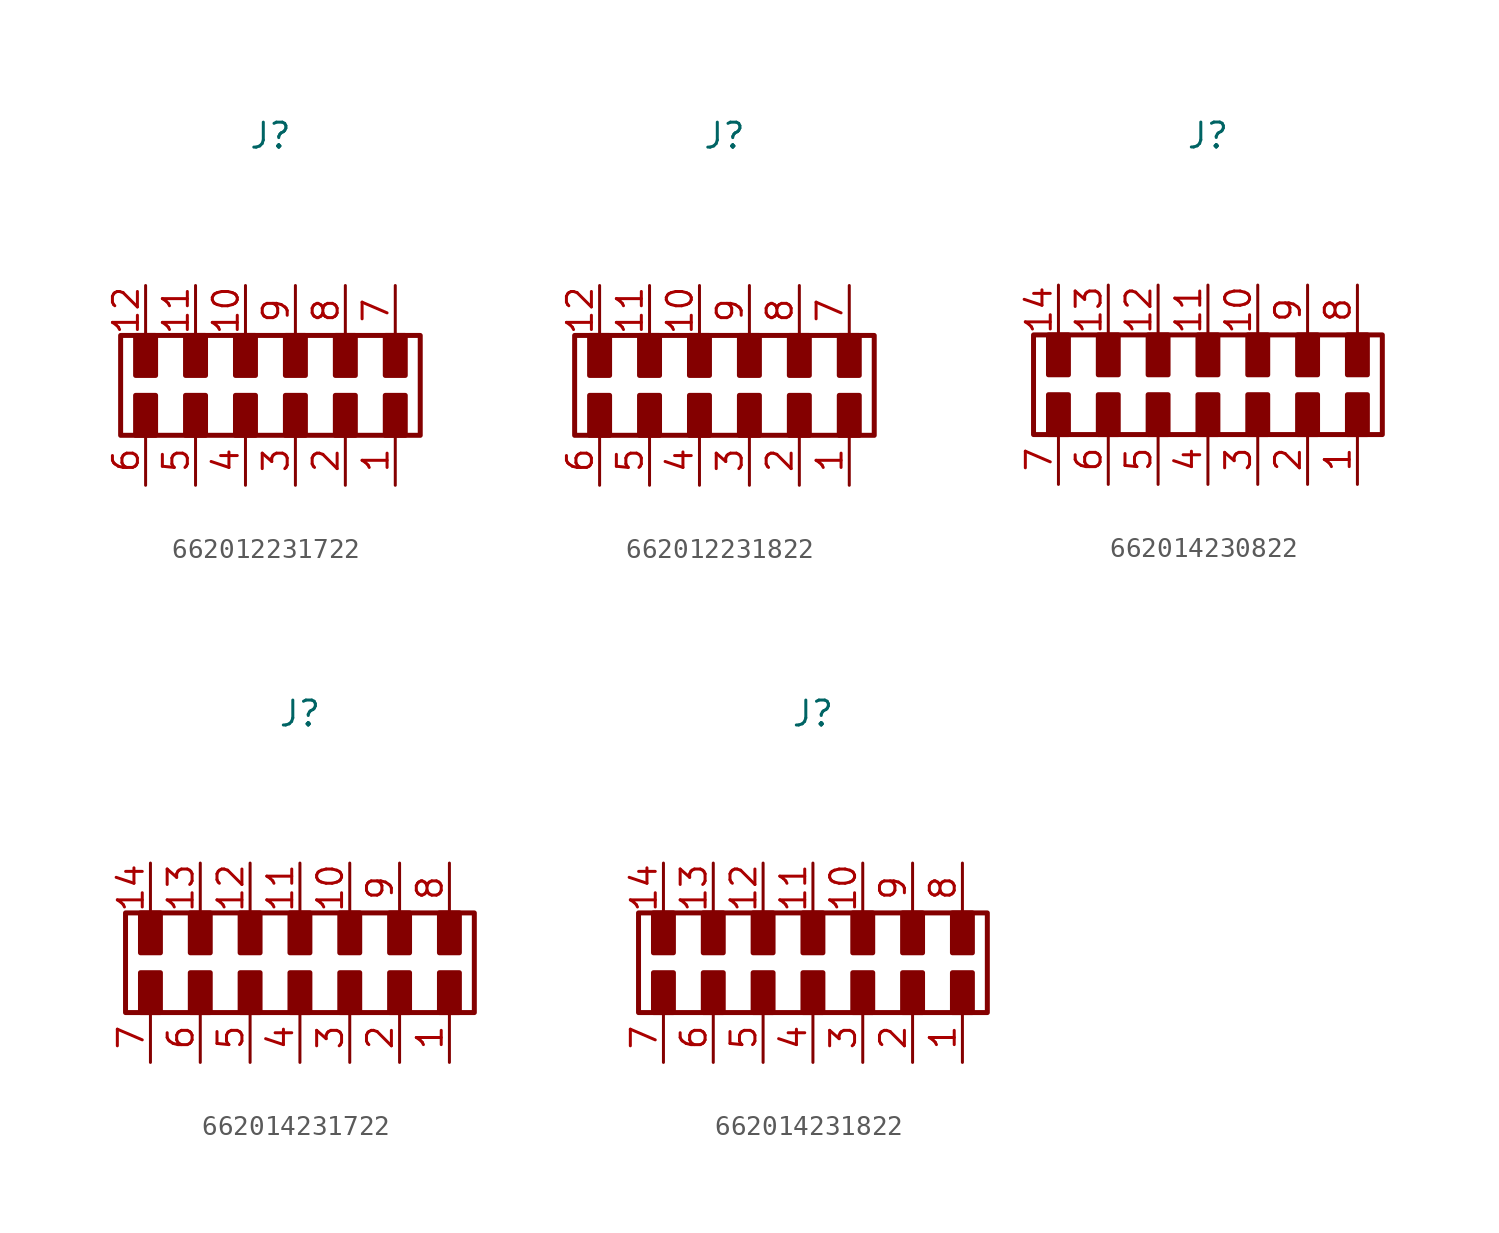
<source format=kicad_sym>
(kicad_symbol_lib
  (version 20241209)
  (generator "kicad_symbol_editor")
  (generator_version "9.0")
  (symbol "662012231722"
    (pin_names
      (hide yes))
    (property "Reference" "J"
      (at 0 12.7 0)
      (effects (font (size 1.27 1.27))))
    (symbol "662012231722_1_1"
      (rectangle (start -7.62 2.54) (end 7.62 -2.54) (stroke (width 0.254) (type solid)) (fill (type none)))
      (rectangle (start -6.858 2.54) (end -5.842 0.508) (stroke (width 0.254) (type solid)) (fill (type outline)))
      (rectangle (start -6.858 -0.508) (end -5.842 -2.54) (stroke (width 0.254) (type solid)) (fill (type outline)))
      (rectangle (start -4.318 2.54) (end -3.302 0.508) (stroke (width 0.254) (type solid)) (fill (type outline)))
      (rectangle (start -4.318 -0.508) (end -3.302 -2.54) (stroke (width 0.254) (type solid)) (fill (type outline)))
      (rectangle (start -1.778 2.54) (end -0.762 0.508) (stroke (width 0.254) (type solid)) (fill (type outline)))
      (rectangle (start -1.778 -0.508) (end -0.762 -2.54) (stroke (width 0.254) (type solid)) (fill (type outline)))
      (rectangle (start 0.762 2.54) (end 1.778 0.508) (stroke (width 0.254) (type solid)) (fill (type outline)))
      (rectangle (start 0.762 -0.508) (end 1.778 -2.54) (stroke (width 0.254) (type solid)) (fill (type outline)))
      (rectangle (start 3.302 2.54) (end 4.318 0.508) (stroke (width 0.254) (type solid)) (fill (type outline)))
      (rectangle (start 3.302 -0.508) (end 4.318 -2.54) (stroke (width 0.254) (type solid)) (fill (type outline)))
      (rectangle (start 5.842 2.54) (end 6.858 0.508) (stroke (width 0.254) (type solid)) (fill (type outline)))
      (rectangle (start 5.842 -0.508) (end 6.858 -2.54) (stroke (width 0.254) (type solid)) (fill (type outline)))
      (pin passive line (at -6.35 5.08 270) (length 2.54) (name "12" (effects (font (size 1.27 1.27)))) (number "12" (effects (font (size 1.27 1.27)))))
      (pin passive line (at -6.35 -5.08 90) (length 2.54) (name "6" (effects (font (size 1.27 1.27)))) (number "6" (effects (font (size 1.27 1.27)))))
      (pin passive line (at -3.81 5.08 270) (length 2.54) (name "11" (effects (font (size 1.27 1.27)))) (number "11" (effects (font (size 1.27 1.27)))))
      (pin passive line (at -3.81 -5.08 90) (length 2.54) (name "5" (effects (font (size 1.27 1.27)))) (number "5" (effects (font (size 1.27 1.27)))))
      (pin passive line (at -1.27 5.08 270) (length 2.54) (name "10" (effects (font (size 1.27 1.27)))) (number "10" (effects (font (size 1.27 1.27)))))
      (pin passive line (at -1.27 -5.08 90) (length 2.54) (name "4" (effects (font (size 1.27 1.27)))) (number "4" (effects (font (size 1.27 1.27)))))
      (pin passive line (at 1.27 5.08 270) (length 2.54) (name "9" (effects (font (size 1.27 1.27)))) (number "9" (effects (font (size 1.27 1.27)))))
      (pin passive line (at 1.27 -5.08 90) (length 2.54) (name "3" (effects (font (size 1.27 1.27)))) (number "3" (effects (font (size 1.27 1.27)))))
      (pin passive line (at 3.81 5.08 270) (length 2.54) (name "8" (effects (font (size 1.27 1.27)))) (number "8" (effects (font (size 1.27 1.27)))))
      (pin passive line (at 3.81 -5.08 90) (length 2.54) (name "2" (effects (font (size 1.27 1.27)))) (number "2" (effects (font (size 1.27 1.27)))))
      (pin passive line (at 6.35 5.08 270) (length 2.54) (name "7" (effects (font (size 1.27 1.27)))) (number "7" (effects (font (size 1.27 1.27)))))
      (pin passive line (at 6.35 -5.08 90) (length 2.54) (name "1" (effects (font (size 1.27 1.27)))) (number "1" (effects (font (size 1.27 1.27)))))))
  (symbol "662012231822"
    (pin_names
      (hide yes))
    (property "Reference" "J"
      (at 0 12.7 0)
      (effects (font (size 1.27 1.27))))
    (symbol "662012231822_1_1"
      (rectangle (start -7.62 2.54) (end 7.62 -2.54) (stroke (width 0.254) (type solid)) (fill (type none)))
      (rectangle (start -6.858 2.54) (end -5.842 0.508) (stroke (width 0.254) (type solid)) (fill (type outline)))
      (rectangle (start -6.858 -0.508) (end -5.842 -2.54) (stroke (width 0.254) (type solid)) (fill (type outline)))
      (rectangle (start -4.318 2.54) (end -3.302 0.508) (stroke (width 0.254) (type solid)) (fill (type outline)))
      (rectangle (start -4.318 -0.508) (end -3.302 -2.54) (stroke (width 0.254) (type solid)) (fill (type outline)))
      (rectangle (start -1.778 2.54) (end -0.762 0.508) (stroke (width 0.254) (type solid)) (fill (type outline)))
      (rectangle (start -1.778 -0.508) (end -0.762 -2.54) (stroke (width 0.254) (type solid)) (fill (type outline)))
      (rectangle (start 0.762 2.54) (end 1.778 0.508) (stroke (width 0.254) (type solid)) (fill (type outline)))
      (rectangle (start 0.762 -0.508) (end 1.778 -2.54) (stroke (width 0.254) (type solid)) (fill (type outline)))
      (rectangle (start 3.302 2.54) (end 4.318 0.508) (stroke (width 0.254) (type solid)) (fill (type outline)))
      (rectangle (start 3.302 -0.508) (end 4.318 -2.54) (stroke (width 0.254) (type solid)) (fill (type outline)))
      (rectangle (start 5.842 2.54) (end 6.858 0.508) (stroke (width 0.254) (type solid)) (fill (type outline)))
      (rectangle (start 5.842 -0.508) (end 6.858 -2.54) (stroke (width 0.254) (type solid)) (fill (type outline)))
      (pin passive line (at -6.35 5.08 270) (length 2.54) (name "12" (effects (font (size 1.27 1.27)))) (number "12" (effects (font (size 1.27 1.27)))))
      (pin passive line (at -6.35 -5.08 90) (length 2.54) (name "6" (effects (font (size 1.27 1.27)))) (number "6" (effects (font (size 1.27 1.27)))))
      (pin passive line (at -3.81 5.08 270) (length 2.54) (name "11" (effects (font (size 1.27 1.27)))) (number "11" (effects (font (size 1.27 1.27)))))
      (pin passive line (at -3.81 -5.08 90) (length 2.54) (name "5" (effects (font (size 1.27 1.27)))) (number "5" (effects (font (size 1.27 1.27)))))
      (pin passive line (at -1.27 5.08 270) (length 2.54) (name "10" (effects (font (size 1.27 1.27)))) (number "10" (effects (font (size 1.27 1.27)))))
      (pin passive line (at -1.27 -5.08 90) (length 2.54) (name "4" (effects (font (size 1.27 1.27)))) (number "4" (effects (font (size 1.27 1.27)))))
      (pin passive line (at 1.27 5.08 270) (length 2.54) (name "9" (effects (font (size 1.27 1.27)))) (number "9" (effects (font (size 1.27 1.27)))))
      (pin passive line (at 1.27 -5.08 90) (length 2.54) (name "3" (effects (font (size 1.27 1.27)))) (number "3" (effects (font (size 1.27 1.27)))))
      (pin passive line (at 3.81 5.08 270) (length 2.54) (name "8" (effects (font (size 1.27 1.27)))) (number "8" (effects (font (size 1.27 1.27)))))
      (pin passive line (at 3.81 -5.08 90) (length 2.54) (name "2" (effects (font (size 1.27 1.27)))) (number "2" (effects (font (size 1.27 1.27)))))
      (pin passive line (at 6.35 5.08 270) (length 2.54) (name "7" (effects (font (size 1.27 1.27)))) (number "7" (effects (font (size 1.27 1.27)))))
      (pin passive line (at 6.35 -5.08 90) (length 2.54) (name "1" (effects (font (size 1.27 1.27)))) (number "1" (effects (font (size 1.27 1.27)))))))
  (symbol "662014230822"
    (pin_names
      (hide yes))
    (property "Reference" "J"
      (at 0 12.7 0)
      (effects (font (size 1.27 1.27))))
    (symbol "662014230822_1_1"
      (rectangle (start -8.89 2.54) (end 8.89 -2.54) (stroke (width 0.254) (type solid)) (fill (type none)))
      (rectangle (start -8.128 2.54) (end -7.112 0.508) (stroke (width 0.254) (type solid)) (fill (type outline)))
      (rectangle (start -8.128 -0.508) (end -7.112 -2.54) (stroke (width 0.254) (type solid)) (fill (type outline)))
      (rectangle (start -5.588 2.54) (end -4.572 0.508) (stroke (width 0.254) (type solid)) (fill (type outline)))
      (rectangle (start -5.588 -0.508) (end -4.572 -2.54) (stroke (width 0.254) (type solid)) (fill (type outline)))
      (rectangle (start -3.048 2.54) (end -2.032 0.508) (stroke (width 0.254) (type solid)) (fill (type outline)))
      (rectangle (start -3.048 -0.508) (end -2.032 -2.54) (stroke (width 0.254) (type solid)) (fill (type outline)))
      (rectangle (start -0.508 2.54) (end 0.508 0.508) (stroke (width 0.254) (type solid)) (fill (type outline)))
      (rectangle (start -0.508 -0.508) (end 0.508 -2.54) (stroke (width 0.254) (type solid)) (fill (type outline)))
      (rectangle (start 2.032 2.54) (end 3.048 0.508) (stroke (width 0.254) (type solid)) (fill (type outline)))
      (rectangle (start 2.032 -0.508) (end 3.048 -2.54) (stroke (width 0.254) (type solid)) (fill (type outline)))
      (rectangle (start 4.572 2.54) (end 5.588 0.508) (stroke (width 0.254) (type solid)) (fill (type outline)))
      (rectangle (start 4.572 -0.508) (end 5.588 -2.54) (stroke (width 0.254) (type solid)) (fill (type outline)))
      (rectangle (start 7.112 2.54) (end 8.128 0.508) (stroke (width 0.254) (type solid)) (fill (type outline)))
      (rectangle (start 7.112 -0.508) (end 8.128 -2.54) (stroke (width 0.254) (type solid)) (fill (type outline)))
      (pin passive line (at -7.62 5.08 270) (length 2.54) (name "14" (effects (font (size 1.27 1.27)))) (number "14" (effects (font (size 1.27 1.27)))))
      (pin passive line (at -7.62 -5.08 90) (length 2.54) (name "7" (effects (font (size 1.27 1.27)))) (number "7" (effects (font (size 1.27 1.27)))))
      (pin passive line (at -5.08 5.08 270) (length 2.54) (name "13" (effects (font (size 1.27 1.27)))) (number "13" (effects (font (size 1.27 1.27)))))
      (pin passive line (at -5.08 -5.08 90) (length 2.54) (name "6" (effects (font (size 1.27 1.27)))) (number "6" (effects (font (size 1.27 1.27)))))
      (pin passive line (at -2.54 5.08 270) (length 2.54) (name "12" (effects (font (size 1.27 1.27)))) (number "12" (effects (font (size 1.27 1.27)))))
      (pin passive line (at -2.54 -5.08 90) (length 2.54) (name "5" (effects (font (size 1.27 1.27)))) (number "5" (effects (font (size 1.27 1.27)))))
      (pin passive line (at 0 5.08 270) (length 2.54) (name "11" (effects (font (size 1.27 1.27)))) (number "11" (effects (font (size 1.27 1.27)))))
      (pin passive line (at 0 -5.08 90) (length 2.54) (name "4" (effects (font (size 1.27 1.27)))) (number "4" (effects (font (size 1.27 1.27)))))
      (pin passive line (at 2.54 5.08 270) (length 2.54) (name "10" (effects (font (size 1.27 1.27)))) (number "10" (effects (font (size 1.27 1.27)))))
      (pin passive line (at 2.54 -5.08 90) (length 2.54) (name "3" (effects (font (size 1.27 1.27)))) (number "3" (effects (font (size 1.27 1.27)))))
      (pin passive line (at 5.08 5.08 270) (length 2.54) (name "9" (effects (font (size 1.27 1.27)))) (number "9" (effects (font (size 1.27 1.27)))))
      (pin passive line (at 5.08 -5.08 90) (length 2.54) (name "2" (effects (font (size 1.27 1.27)))) (number "2" (effects (font (size 1.27 1.27)))))
      (pin passive line (at 7.62 5.08 270) (length 2.54) (name "8" (effects (font (size 1.27 1.27)))) (number "8" (effects (font (size 1.27 1.27)))))
      (pin passive line (at 7.62 -5.08 90) (length 2.54) (name "1" (effects (font (size 1.27 1.27)))) (number "1" (effects (font (size 1.27 1.27)))))))
  (symbol "662014231722"
    (pin_names
      (hide yes))
    (property "Reference" "J"
      (at 0 12.7 0)
      (effects (font (size 1.27 1.27))))
    (symbol "662014231722_1_1"
      (rectangle (start -8.89 2.54) (end 8.89 -2.54) (stroke (width 0.254) (type solid)) (fill (type none)))
      (rectangle (start -8.128 2.54) (end -7.112 0.508) (stroke (width 0.254) (type solid)) (fill (type outline)))
      (rectangle (start -8.128 -0.508) (end -7.112 -2.54) (stroke (width 0.254) (type solid)) (fill (type outline)))
      (rectangle (start -5.588 2.54) (end -4.572 0.508) (stroke (width 0.254) (type solid)) (fill (type outline)))
      (rectangle (start -5.588 -0.508) (end -4.572 -2.54) (stroke (width 0.254) (type solid)) (fill (type outline)))
      (rectangle (start -3.048 2.54) (end -2.032 0.508) (stroke (width 0.254) (type solid)) (fill (type outline)))
      (rectangle (start -3.048 -0.508) (end -2.032 -2.54) (stroke (width 0.254) (type solid)) (fill (type outline)))
      (rectangle (start -0.508 2.54) (end 0.508 0.508) (stroke (width 0.254) (type solid)) (fill (type outline)))
      (rectangle (start -0.508 -0.508) (end 0.508 -2.54) (stroke (width 0.254) (type solid)) (fill (type outline)))
      (rectangle (start 2.032 2.54) (end 3.048 0.508) (stroke (width 0.254) (type solid)) (fill (type outline)))
      (rectangle (start 2.032 -0.508) (end 3.048 -2.54) (stroke (width 0.254) (type solid)) (fill (type outline)))
      (rectangle (start 4.572 2.54) (end 5.588 0.508) (stroke (width 0.254) (type solid)) (fill (type outline)))
      (rectangle (start 4.572 -0.508) (end 5.588 -2.54) (stroke (width 0.254) (type solid)) (fill (type outline)))
      (rectangle (start 7.112 2.54) (end 8.128 0.508) (stroke (width 0.254) (type solid)) (fill (type outline)))
      (rectangle (start 7.112 -0.508) (end 8.128 -2.54) (stroke (width 0.254) (type solid)) (fill (type outline)))
      (pin passive line (at -7.62 5.08 270) (length 2.54) (name "14" (effects (font (size 1.27 1.27)))) (number "14" (effects (font (size 1.27 1.27)))))
      (pin passive line (at -7.62 -5.08 90) (length 2.54) (name "7" (effects (font (size 1.27 1.27)))) (number "7" (effects (font (size 1.27 1.27)))))
      (pin passive line (at -5.08 5.08 270) (length 2.54) (name "13" (effects (font (size 1.27 1.27)))) (number "13" (effects (font (size 1.27 1.27)))))
      (pin passive line (at -5.08 -5.08 90) (length 2.54) (name "6" (effects (font (size 1.27 1.27)))) (number "6" (effects (font (size 1.27 1.27)))))
      (pin passive line (at -2.54 5.08 270) (length 2.54) (name "12" (effects (font (size 1.27 1.27)))) (number "12" (effects (font (size 1.27 1.27)))))
      (pin passive line (at -2.54 -5.08 90) (length 2.54) (name "5" (effects (font (size 1.27 1.27)))) (number "5" (effects (font (size 1.27 1.27)))))
      (pin passive line (at 0 5.08 270) (length 2.54) (name "11" (effects (font (size 1.27 1.27)))) (number "11" (effects (font (size 1.27 1.27)))))
      (pin passive line (at 0 -5.08 90) (length 2.54) (name "4" (effects (font (size 1.27 1.27)))) (number "4" (effects (font (size 1.27 1.27)))))
      (pin passive line (at 2.54 5.08 270) (length 2.54) (name "10" (effects (font (size 1.27 1.27)))) (number "10" (effects (font (size 1.27 1.27)))))
      (pin passive line (at 2.54 -5.08 90) (length 2.54) (name "3" (effects (font (size 1.27 1.27)))) (number "3" (effects (font (size 1.27 1.27)))))
      (pin passive line (at 5.08 5.08 270) (length 2.54) (name "9" (effects (font (size 1.27 1.27)))) (number "9" (effects (font (size 1.27 1.27)))))
      (pin passive line (at 5.08 -5.08 90) (length 2.54) (name "2" (effects (font (size 1.27 1.27)))) (number "2" (effects (font (size 1.27 1.27)))))
      (pin passive line (at 7.62 5.08 270) (length 2.54) (name "8" (effects (font (size 1.27 1.27)))) (number "8" (effects (font (size 1.27 1.27)))))
      (pin passive line (at 7.62 -5.08 90) (length 2.54) (name "1" (effects (font (size 1.27 1.27)))) (number "1" (effects (font (size 1.27 1.27)))))))
  (symbol "662014231822"
    (pin_names
      (hide yes))
    (property "Reference" "J"
      (at 0 12.7 0)
      (effects (font (size 1.27 1.27))))
    (symbol "662014231822_1_1"
      (rectangle (start -8.89 2.54) (end 8.89 -2.54) (stroke (width 0.254) (type solid)) (fill (type none)))
      (rectangle (start -8.128 2.54) (end -7.112 0.508) (stroke (width 0.254) (type solid)) (fill (type outline)))
      (rectangle (start -8.128 -0.508) (end -7.112 -2.54) (stroke (width 0.254) (type solid)) (fill (type outline)))
      (rectangle (start -5.588 2.54) (end -4.572 0.508) (stroke (width 0.254) (type solid)) (fill (type outline)))
      (rectangle (start -5.588 -0.508) (end -4.572 -2.54) (stroke (width 0.254) (type solid)) (fill (type outline)))
      (rectangle (start -3.048 2.54) (end -2.032 0.508) (stroke (width 0.254) (type solid)) (fill (type outline)))
      (rectangle (start -3.048 -0.508) (end -2.032 -2.54) (stroke (width 0.254) (type solid)) (fill (type outline)))
      (rectangle (start -0.508 2.54) (end 0.508 0.508) (stroke (width 0.254) (type solid)) (fill (type outline)))
      (rectangle (start -0.508 -0.508) (end 0.508 -2.54) (stroke (width 0.254) (type solid)) (fill (type outline)))
      (rectangle (start 2.032 2.54) (end 3.048 0.508) (stroke (width 0.254) (type solid)) (fill (type outline)))
      (rectangle (start 2.032 -0.508) (end 3.048 -2.54) (stroke (width 0.254) (type solid)) (fill (type outline)))
      (rectangle (start 4.572 2.54) (end 5.588 0.508) (stroke (width 0.254) (type solid)) (fill (type outline)))
      (rectangle (start 4.572 -0.508) (end 5.588 -2.54) (stroke (width 0.254) (type solid)) (fill (type outline)))
      (rectangle (start 7.112 2.54) (end 8.128 0.508) (stroke (width 0.254) (type solid)) (fill (type outline)))
      (rectangle (start 7.112 -0.508) (end 8.128 -2.54) (stroke (width 0.254) (type solid)) (fill (type outline)))
      (pin passive line (at -7.62 5.08 270) (length 2.54) (name "14" (effects (font (size 1.27 1.27)))) (number "14" (effects (font (size 1.27 1.27)))))
      (pin passive line (at -7.62 -5.08 90) (length 2.54) (name "7" (effects (font (size 1.27 1.27)))) (number "7" (effects (font (size 1.27 1.27)))))
      (pin passive line (at -5.08 5.08 270) (length 2.54) (name "13" (effects (font (size 1.27 1.27)))) (number "13" (effects (font (size 1.27 1.27)))))
      (pin passive line (at -5.08 -5.08 90) (length 2.54) (name "6" (effects (font (size 1.27 1.27)))) (number "6" (effects (font (size 1.27 1.27)))))
      (pin passive line (at -2.54 5.08 270) (length 2.54) (name "12" (effects (font (size 1.27 1.27)))) (number "12" (effects (font (size 1.27 1.27)))))
      (pin passive line (at -2.54 -5.08 90) (length 2.54) (name "5" (effects (font (size 1.27 1.27)))) (number "5" (effects (font (size 1.27 1.27)))))
      (pin passive line (at 0 5.08 270) (length 2.54) (name "11" (effects (font (size 1.27 1.27)))) (number "11" (effects (font (size 1.27 1.27)))))
      (pin passive line (at 0 -5.08 90) (length 2.54) (name "4" (effects (font (size 1.27 1.27)))) (number "4" (effects (font (size 1.27 1.27)))))
      (pin passive line (at 2.54 5.08 270) (length 2.54) (name "10" (effects (font (size 1.27 1.27)))) (number "10" (effects (font (size 1.27 1.27)))))
      (pin passive line (at 2.54 -5.08 90) (length 2.54) (name "3" (effects (font (size 1.27 1.27)))) (number "3" (effects (font (size 1.27 1.27)))))
      (pin passive line (at 5.08 5.08 270) (length 2.54) (name "9" (effects (font (size 1.27 1.27)))) (number "9" (effects (font (size 1.27 1.27)))))
      (pin passive line (at 5.08 -5.08 90) (length 2.54) (name "2" (effects (font (size 1.27 1.27)))) (number "2" (effects (font (size 1.27 1.27)))))
      (pin passive line (at 7.62 5.08 270) (length 2.54) (name "8" (effects (font (size 1.27 1.27)))) (number "8" (effects (font (size 1.27 1.27)))))
      (pin passive line (at 7.62 -5.08 90) (length 2.54) (name "1" (effects (font (size 1.27 1.27)))) (number "1" (effects (font (size 1.27 1.27))))))))
</source>
